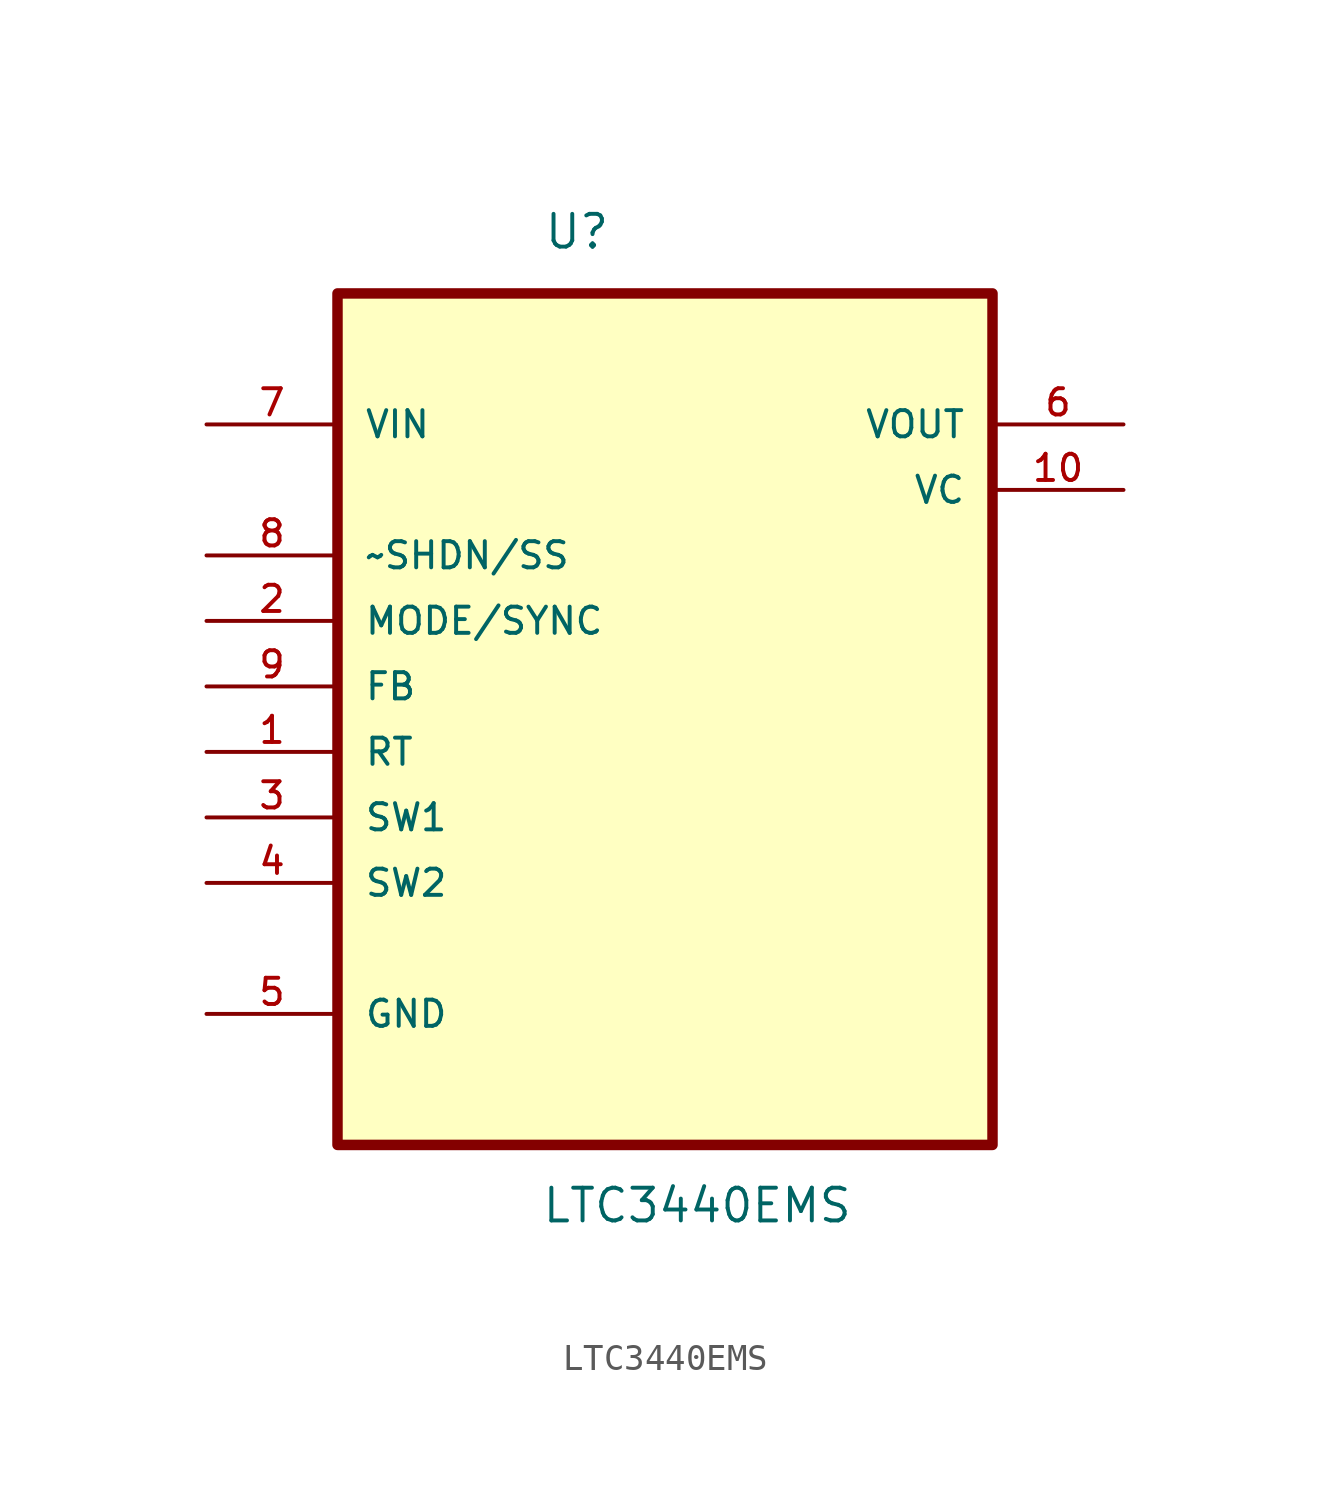
<source format=kicad_sym>
(kicad_symbol_lib
  (version 20211014)
  (generator kicad_symbol_editor)
  (symbol "LTC3440EMS"
    (pin_names
      (offset 1.016))
    (property "Reference" "U"
      (at -4.725 14.352 0)
      (effects (font (size 1.27 1.27)) (justify left bottom)))
    (property "Value" "LTC3440EMS"
      (at -4.809 -23.411 0)
      (effects (font (size 1.27 1.27)) (justify left bottom)))
    (symbol "LTC3440EMS_0_0"
      (rectangle (start -12.7 -20.32) (end 12.7 12.7) (stroke (width 0.406) (type default) (color 0 0 0 0)) (fill (type background)))
      (pin passive line (at -17.78 -5.08 0) (length 5.08) (name "RT" (effects (font (size 1.016 1.016)))) (number "1" (effects (font (size 1.016 1.016)))))
      (pin output line (at 17.78 5.08 180) (length 5.08) (name "VC" (effects (font (size 1.016 1.016)))) (number "10" (effects (font (size 1.016 1.016)))))
      (pin input line (at -17.78 0 0) (length 5.08) (name "MODE/SYNC" (effects (font (size 1.016 1.016)))) (number "2" (effects (font (size 1.016 1.016)))))
      (pin passive line (at -17.78 -7.62 0) (length 5.08) (name "SW1" (effects (font (size 1.016 1.016)))) (number "3" (effects (font (size 1.016 1.016)))))
      (pin passive line (at -17.78 -10.16 0) (length 5.08) (name "SW2" (effects (font (size 1.016 1.016)))) (number "4" (effects (font (size 1.016 1.016)))))
      (pin passive line (at -17.78 -15.24 0) (length 5.08) (name "GND" (effects (font (size 1.016 1.016)))) (number "5" (effects (font (size 1.016 1.016)))))
      (pin power_out line (at 17.78 7.62 180) (length 5.08) (name "VOUT" (effects (font (size 1.016 1.016)))) (number "6" (effects (font (size 1.016 1.016)))))
      (pin power_in line (at -17.78 7.62 0) (length 5.08) (name "VIN" (effects (font (size 1.016 1.016)))) (number "7" (effects (font (size 1.016 1.016)))))
      (pin input line (at -17.78 2.54 0) (length 5.08) (name "~SHDN/SS" (effects (font (size 1.016 1.016)))) (number "8" (effects (font (size 1.016 1.016)))))
      (pin input line (at -17.78 -2.54 0) (length 5.08) (name "FB" (effects (font (size 1.016 1.016)))) (number "9" (effects (font (size 1.016 1.016))))))))
</source>
